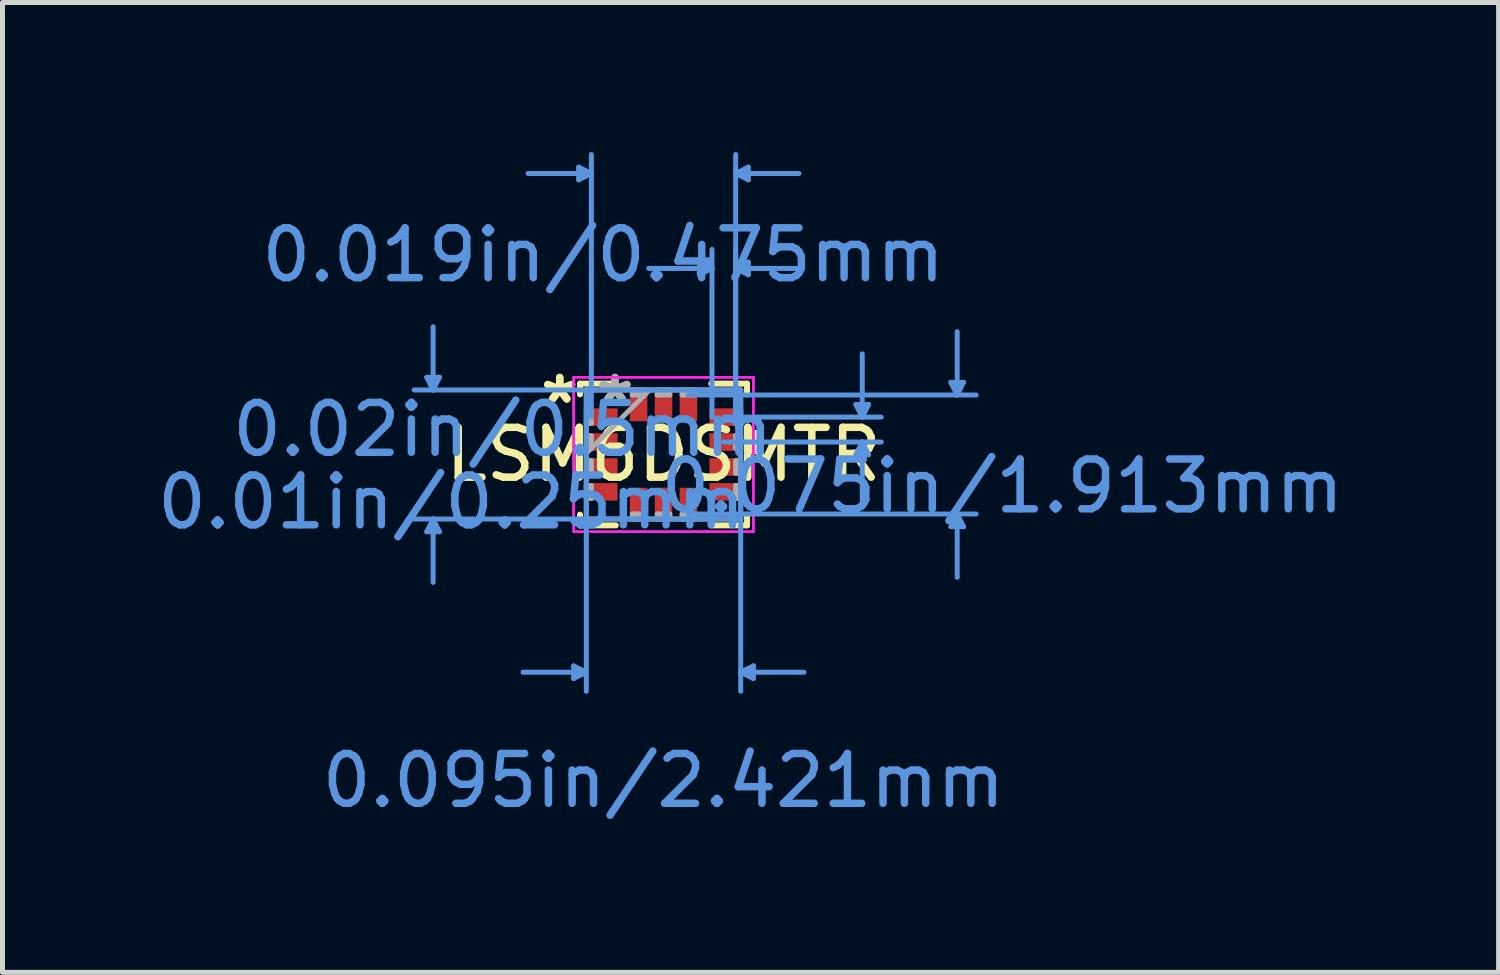
<source format=kicad_pcb>
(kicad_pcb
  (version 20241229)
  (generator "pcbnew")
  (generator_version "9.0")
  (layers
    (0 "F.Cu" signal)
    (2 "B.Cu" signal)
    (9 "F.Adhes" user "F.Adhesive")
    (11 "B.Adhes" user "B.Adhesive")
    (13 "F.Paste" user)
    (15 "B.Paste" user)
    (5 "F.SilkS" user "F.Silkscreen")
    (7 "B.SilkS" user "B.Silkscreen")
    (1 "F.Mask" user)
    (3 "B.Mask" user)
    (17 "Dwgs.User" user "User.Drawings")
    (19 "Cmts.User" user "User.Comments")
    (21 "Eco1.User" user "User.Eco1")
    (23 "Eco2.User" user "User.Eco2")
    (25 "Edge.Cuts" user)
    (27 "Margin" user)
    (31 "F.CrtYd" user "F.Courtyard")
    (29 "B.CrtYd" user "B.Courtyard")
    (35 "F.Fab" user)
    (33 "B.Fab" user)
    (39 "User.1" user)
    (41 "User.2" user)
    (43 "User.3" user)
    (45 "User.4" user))
  (footprint "LSM6DSMTR"
    (layer "F.Cu")
    (at 10.264 6.07)
    (property "Reference" "LSM6DSMTR" (at 0 0 0) (layer "F.SilkS") (effects (font (size 1 1) (thickness 0.15))))
    (attr through_hole)
    (fp_line (start -1.676 -1.422) (end -1.676 -1.207) (stroke (width 0.12) (type solid)) (layer "F.SilkS"))
    (fp_line (start -1.676 1.207) (end -1.676 1.422) (stroke (width 0.12) (type solid)) (layer "F.SilkS"))
    (fp_line (start -1.676 1.422) (end -0.957 1.422) (stroke (width 0.12) (type solid)) (layer "F.SilkS"))
    (fp_line (start -0.957 -1.422) (end -1.676 -1.422) (stroke (width 0.12) (type solid)) (layer "F.SilkS"))
    (fp_line (start 0.957 1.422) (end 1.676 1.422) (stroke (width 0.12) (type solid)) (layer "F.SilkS"))
    (fp_line (start 1.676 -1.422) (end 0.957 -1.422) (stroke (width 0.12) (type solid)) (layer "F.SilkS"))
    (fp_line (start 1.676 -1.207) (end 1.676 -1.422) (stroke (width 0.12) (type solid)) (layer "F.SilkS"))
    (fp_line (start 1.676 1.422) (end 1.676 1.207) (stroke (width 0.12) (type solid)) (layer "F.SilkS"))
    (fp_poly (pts (xy 1.956 -0.441) (xy 1.956 -0.059) (xy 1.702 -0.059) (xy 1.702 -0.441)) (stroke (width 0.1) (type solid)) (fill yes) (layer "F.SilkS"))
    (fp_line (start -4.75 -1.549) (end -4.496 -1.549) (stroke (width 0.1) (type solid)) (layer "Cmts.User"))
    (fp_line (start -4.75 1.549) (end -4.496 1.549) (stroke (width 0.1) (type solid)) (layer "Cmts.User"))
    (fp_line (start -4.623 -1.295) (end -4.75 -1.549) (stroke (width 0.1) (type solid)) (layer "Cmts.User"))
    (fp_line (start -4.623 -1.295) (end -4.623 -2.565) (stroke (width 0.1) (type solid)) (layer "Cmts.User"))
    (fp_line (start -4.623 -1.295) (end -4.496 -1.549) (stroke (width 0.1) (type solid)) (layer "Cmts.User"))
    (fp_line (start -4.623 1.295) (end -4.75 1.549) (stroke (width 0.1) (type solid)) (layer "Cmts.User"))
    (fp_line (start -4.623 1.295) (end -4.623 2.565) (stroke (width 0.1) (type solid)) (layer "Cmts.User"))
    (fp_line (start -4.623 1.295) (end -4.496 1.549) (stroke (width 0.1) (type solid)) (layer "Cmts.User"))
    (fp_line (start -1.803 4.242) (end -1.803 4.496) (stroke (width 0.1) (type solid)) (layer "Cmts.User"))
    (fp_line (start -1.702 -5.766) (end -1.702 -5.512) (stroke (width 0.1) (type solid)) (layer "Cmts.User"))
    (fp_line (start -1.549 -1.295) (end -1.549 4.75) (stroke (width 0.1) (type solid)) (layer "Cmts.User"))
    (fp_line (start -1.549 4.369) (end -2.819 4.369) (stroke (width 0.1) (type solid)) (layer "Cmts.User"))
    (fp_line (start -1.549 4.369) (end -1.803 4.242) (stroke (width 0.1) (type solid)) (layer "Cmts.User"))
    (fp_line (start -1.549 4.369) (end -1.803 4.496) (stroke (width 0.1) (type solid)) (layer "Cmts.User"))
    (fp_line (start -1.448 -5.639) (end -2.718 -5.639) (stroke (width 0.1) (type solid)) (layer "Cmts.User"))
    (fp_line (start -1.448 -5.639) (end -1.702 -5.766) (stroke (width 0.1) (type solid)) (layer "Cmts.User"))
    (fp_line (start -1.448 -5.639) (end -1.702 -5.512) (stroke (width 0.1) (type solid)) (layer "Cmts.User"))
    (fp_line (start -1.448 -0.75) (end -1.448 -6.02) (stroke (width 0.1) (type solid)) (layer "Cmts.User"))
    (fp_line (start 0.5 -1.194) (end 6.274 -1.194) (stroke (width 0.1) (type solid)) (layer "Cmts.User"))
    (fp_line (start 0.5 1.194) (end 6.274 1.194) (stroke (width 0.1) (type solid)) (layer "Cmts.User"))
    (fp_line (start 0.719 -3.861) (end 0.719 -3.607) (stroke (width 0.1) (type solid)) (layer "Cmts.User"))
    (fp_line (start 0.973 -3.734) (end -0.297 -3.734) (stroke (width 0.1) (type solid)) (layer "Cmts.User"))
    (fp_line (start 0.973 -3.734) (end 0.719 -3.861) (stroke (width 0.1) (type solid)) (layer "Cmts.User"))
    (fp_line (start 0.973 -3.734) (end 0.719 -3.607) (stroke (width 0.1) (type solid)) (layer "Cmts.User"))
    (fp_line (start 0.973 -0.75) (end 0.973 -4.115) (stroke (width 0.1) (type solid)) (layer "Cmts.User"))
    (fp_line (start 1.21 -0.75) (end 4.369 -0.75) (stroke (width 0.1) (type solid)) (layer "Cmts.User"))
    (fp_line (start 1.21 -0.25) (end 4.369 -0.25) (stroke (width 0.1) (type solid)) (layer "Cmts.User"))
    (fp_line (start 1.448 -5.639) (end 1.702 -5.766) (stroke (width 0.1) (type solid)) (layer "Cmts.User"))
    (fp_line (start 1.448 -5.639) (end 1.702 -5.512) (stroke (width 0.1) (type solid)) (layer "Cmts.User"))
    (fp_line (start 1.448 -5.639) (end 2.718 -5.639) (stroke (width 0.1) (type solid)) (layer "Cmts.User"))
    (fp_line (start 1.448 -3.734) (end 1.702 -3.861) (stroke (width 0.1) (type solid)) (layer "Cmts.User"))
    (fp_line (start 1.448 -3.734) (end 1.702 -3.607) (stroke (width 0.1) (type solid)) (layer "Cmts.User"))
    (fp_line (start 1.448 -3.734) (end 2.718 -3.734) (stroke (width 0.1) (type solid)) (layer "Cmts.User"))
    (fp_line (start 1.448 -0.75) (end 1.448 -6.02) (stroke (width 0.1) (type solid)) (layer "Cmts.User"))
    (fp_line (start 1.448 -0.75) (end 1.448 -4.115) (stroke (width 0.1) (type solid)) (layer "Cmts.User"))
    (fp_line (start 1.549 -1.295) (end -5.004 -1.295) (stroke (width 0.1) (type solid)) (layer "Cmts.User"))
    (fp_line (start 1.549 -1.295) (end 1.549 4.75) (stroke (width 0.1) (type solid)) (layer "Cmts.User"))
    (fp_line (start 1.549 1.295) (end -5.004 1.295) (stroke (width 0.1) (type solid)) (layer "Cmts.User"))
    (fp_line (start 1.549 4.369) (end 1.803 4.242) (stroke (width 0.1) (type solid)) (layer "Cmts.User"))
    (fp_line (start 1.549 4.369) (end 1.803 4.496) (stroke (width 0.1) (type solid)) (layer "Cmts.User"))
    (fp_line (start 1.549 4.369) (end 2.819 4.369) (stroke (width 0.1) (type solid)) (layer "Cmts.User"))
    (fp_line (start 1.702 -5.766) (end 1.702 -5.512) (stroke (width 0.1) (type solid)) (layer "Cmts.User"))
    (fp_line (start 1.702 -3.861) (end 1.702 -3.607) (stroke (width 0.1) (type solid)) (layer "Cmts.User"))
    (fp_line (start 1.803 4.242) (end 1.803 4.496) (stroke (width 0.1) (type solid)) (layer "Cmts.User"))
    (fp_line (start 3.861 -1.004) (end 4.115 -1.004) (stroke (width 0.1) (type solid)) (layer "Cmts.User"))
    (fp_line (start 3.861 0.004) (end 4.115 0.004) (stroke (width 0.1) (type solid)) (layer "Cmts.User"))
    (fp_line (start 3.988 -0.75) (end 3.861 -1.004) (stroke (width 0.1) (type solid)) (layer "Cmts.User"))
    (fp_line (start 3.988 -0.75) (end 3.988 -2.02) (stroke (width 0.1) (type solid)) (layer "Cmts.User"))
    (fp_line (start 3.988 -0.75) (end 4.115 -1.004) (stroke (width 0.1) (type solid)) (layer "Cmts.User"))
    (fp_line (start 3.988 -0.25) (end 3.861 0.004) (stroke (width 0.1) (type solid)) (layer "Cmts.User"))
    (fp_line (start 3.988 -0.25) (end 3.988 1.02) (stroke (width 0.1) (type solid)) (layer "Cmts.User"))
    (fp_line (start 3.988 -0.25) (end 4.115 0.004) (stroke (width 0.1) (type solid)) (layer "Cmts.User"))
    (fp_line (start 5.766 -1.448) (end 6.02 -1.448) (stroke (width 0.1) (type solid)) (layer "Cmts.User"))
    (fp_line (start 5.766 1.448) (end 6.02 1.448) (stroke (width 0.1) (type solid)) (layer "Cmts.User"))
    (fp_line (start 5.893 -1.194) (end 5.766 -1.448) (stroke (width 0.1) (type solid)) (layer "Cmts.User"))
    (fp_line (start 5.893 -1.194) (end 5.893 -2.464) (stroke (width 0.1) (type solid)) (layer "Cmts.User"))
    (fp_line (start 5.893 -1.194) (end 6.02 -1.448) (stroke (width 0.1) (type solid)) (layer "Cmts.User"))
    (fp_line (start 5.893 1.194) (end 5.766 1.448) (stroke (width 0.1) (type solid)) (layer "Cmts.User"))
    (fp_line (start 5.893 1.194) (end 5.893 2.464) (stroke (width 0.1) (type solid)) (layer "Cmts.User"))
    (fp_line (start 5.893 1.194) (end 6.02 1.448) (stroke (width 0.1) (type solid)) (layer "Cmts.User"))
    (fp_line (start -1.803 -1.549) (end -0.879 -1.549) (stroke (width 0.05) (type solid)) (layer "F.CrtYd"))
    (fp_line (start -1.803 -1.549) (end -0.879 -1.549) (stroke (width 0.05) (type solid)) (layer "F.CrtYd"))
    (fp_line (start -1.803 -1.129) (end -1.803 -1.549) (stroke (width 0.05) (type solid)) (layer "F.CrtYd"))
    (fp_line (start -1.803 -1.129) (end -1.803 -1.549) (stroke (width 0.05) (type solid)) (layer "F.CrtYd"))
    (fp_line (start -1.803 -1.129) (end -1.803 -1.129) (stroke (width 0.05) (type solid)) (layer "F.CrtYd"))
    (fp_line (start -1.803 -1.129) (end -1.803 -1.129) (stroke (width 0.05) (type solid)) (layer "F.CrtYd"))
    (fp_line (start -1.803 1.129) (end -1.803 -1.129) (stroke (width 0.05) (type solid)) (layer "F.CrtYd"))
    (fp_line (start -1.803 1.129) (end -1.803 -1.129) (stroke (width 0.05) (type solid)) (layer "F.CrtYd"))
    (fp_line (start -1.803 1.129) (end -1.803 1.129) (stroke (width 0.05) (type solid)) (layer "F.CrtYd"))
    (fp_line (start -1.803 1.129) (end -1.803 1.129) (stroke (width 0.05) (type solid)) (layer "F.CrtYd"))
    (fp_line (start -1.803 1.549) (end -1.803 1.129) (stroke (width 0.05) (type solid)) (layer "F.CrtYd"))
    (fp_line (start -1.803 1.549) (end -1.803 1.129) (stroke (width 0.05) (type solid)) (layer "F.CrtYd"))
    (fp_line (start -0.879 -1.549) (end -0.879 -1.549) (stroke (width 0.05) (type solid)) (layer "F.CrtYd"))
    (fp_line (start -0.879 -1.549) (end -0.879 -1.549) (stroke (width 0.05) (type solid)) (layer "F.CrtYd"))
    (fp_line (start -0.879 -1.549) (end 0.879 -1.549) (stroke (width 0.05) (type solid)) (layer "F.CrtYd"))
    (fp_line (start -0.879 -1.549) (end 0.879 -1.549) (stroke (width 0.05) (type solid)) (layer "F.CrtYd"))
    (fp_line (start -0.879 1.549) (end -1.803 1.549) (stroke (width 0.05) (type solid)) (layer "F.CrtYd"))
    (fp_line (start -0.879 1.549) (end -1.803 1.549) (stroke (width 0.05) (type solid)) (layer "F.CrtYd"))
    (fp_line (start -0.879 1.549) (end -0.879 1.549) (stroke (width 0.05) (type solid)) (layer "F.CrtYd"))
    (fp_line (start -0.879 1.549) (end -0.879 1.549) (stroke (width 0.05) (type solid)) (layer "F.CrtYd"))
    (fp_line (start 0.879 -1.549) (end 0.879 -1.549) (stroke (width 0.05) (type solid)) (layer "F.CrtYd"))
    (fp_line (start 0.879 -1.549) (end 0.879 -1.549) (stroke (width 0.05) (type solid)) (layer "F.CrtYd"))
    (fp_line (start 0.879 -1.549) (end 1.803 -1.549) (stroke (width 0.05) (type solid)) (layer "F.CrtYd"))
    (fp_line (start 0.879 -1.549) (end 1.803 -1.549) (stroke (width 0.05) (type solid)) (layer "F.CrtYd"))
    (fp_line (start 0.879 1.549) (end -0.879 1.549) (stroke (width 0.05) (type solid)) (layer "F.CrtYd"))
    (fp_line (start 0.879 1.549) (end -0.879 1.549) (stroke (width 0.05) (type solid)) (layer "F.CrtYd"))
    (fp_line (start 0.879 1.549) (end 0.879 1.549) (stroke (width 0.05) (type solid)) (layer "F.CrtYd"))
    (fp_line (start 0.879 1.549) (end 0.879 1.549) (stroke (width 0.05) (type solid)) (layer "F.CrtYd"))
    (fp_line (start 1.803 -1.549) (end 1.803 -1.129) (stroke (width 0.05) (type solid)) (layer "F.CrtYd"))
    (fp_line (start 1.803 -1.549) (end 1.803 -1.129) (stroke (width 0.05) (type solid)) (layer "F.CrtYd"))
    (fp_line (start 1.803 -1.129) (end 1.803 -1.129) (stroke (width 0.05) (type solid)) (layer "F.CrtYd"))
    (fp_line (start 1.803 -1.129) (end 1.803 -1.129) (stroke (width 0.05) (type solid)) (layer "F.CrtYd"))
    (fp_line (start 1.803 -1.129) (end 1.803 1.129) (stroke (width 0.05) (type solid)) (layer "F.CrtYd"))
    (fp_line (start 1.803 -1.129) (end 1.803 1.129) (stroke (width 0.05) (type solid)) (layer "F.CrtYd"))
    (fp_line (start 1.803 1.129) (end 1.803 1.129) (stroke (width 0.05) (type solid)) (layer "F.CrtYd"))
    (fp_line (start 1.803 1.129) (end 1.803 1.129) (stroke (width 0.05) (type solid)) (layer "F.CrtYd"))
    (fp_line (start 1.803 1.129) (end 1.803 1.549) (stroke (width 0.05) (type solid)) (layer "F.CrtYd"))
    (fp_line (start 1.803 1.129) (end 1.803 1.549) (stroke (width 0.05) (type solid)) (layer "F.CrtYd"))
    (fp_line (start 1.803 1.549) (end 0.879 1.549) (stroke (width 0.05) (type solid)) (layer "F.CrtYd"))
    (fp_line (start 1.803 1.549) (end 0.879 1.549) (stroke (width 0.05) (type solid)) (layer "F.CrtYd"))
    (fp_line (start -1.549 -1.295) (end -1.549 -1.295) (stroke (width 0.1) (type solid)) (layer "F.Fab"))
    (fp_line (start -1.549 -1.295) (end -1.549 1.295) (stroke (width 0.1) (type solid)) (layer "F.Fab"))
    (fp_line (start -1.549 -0.875) (end -1.448 -0.875) (stroke (width 0.1) (type solid)) (layer "F.Fab"))
    (fp_line (start -1.549 -0.625) (end -1.549 -0.875) (stroke (width 0.1) (type solid)) (layer "F.Fab"))
    (fp_line (start -1.549 -0.375) (end -1.448 -0.375) (stroke (width 0.1) (type solid)) (layer "F.Fab"))
    (fp_line (start -1.549 -0.125) (end -1.549 -0.375) (stroke (width 0.1) (type solid)) (layer "F.Fab"))
    (fp_line (start -1.549 -0.025) (end -0.279 -1.295) (stroke (width 0.1) (type solid)) (layer "F.Fab"))
    (fp_line (start -1.549 0.125) (end -1.448 0.125) (stroke (width 0.1) (type solid)) (layer "F.Fab"))
    (fp_line (start -1.549 0.375) (end -1.549 0.125) (stroke (width 0.1) (type solid)) (layer "F.Fab"))
    (fp_line (start -1.549 0.625) (end -1.448 0.625) (stroke (width 0.1) (type solid)) (layer "F.Fab"))
    (fp_line (start -1.549 0.875) (end -1.549 0.625) (stroke (width 0.1) (type solid)) (layer "F.Fab"))
    (fp_line (start -1.549 1.295) (end -1.549 1.295) (stroke (width 0.1) (type solid)) (layer "F.Fab"))
    (fp_line (start -1.549 1.295) (end 1.549 1.295) (stroke (width 0.1) (type solid)) (layer "F.Fab"))
    (fp_line (start -1.448 -0.875) (end -1.448 -0.625) (stroke (width 0.1) (type solid)) (layer "F.Fab"))
    (fp_line (start -1.448 -0.625) (end -1.549 -0.625) (stroke (width 0.1) (type solid)) (layer "F.Fab"))
    (fp_line (start -1.448 -0.375) (end -1.448 -0.125) (stroke (width 0.1) (type solid)) (layer "F.Fab"))
    (fp_line (start -1.448 -0.125) (end -1.549 -0.125) (stroke (width 0.1) (type solid)) (layer "F.Fab"))
    (fp_line (start -1.448 0.125) (end -1.448 0.375) (stroke (width 0.1) (type solid)) (layer "F.Fab"))
    (fp_line (start -1.448 0.375) (end -1.549 0.375) (stroke (width 0.1) (type solid)) (layer "F.Fab"))
    (fp_line (start -1.448 0.625) (end -1.448 0.875) (stroke (width 0.1) (type solid)) (layer "F.Fab"))
    (fp_line (start -1.448 0.875) (end -1.549 0.875) (stroke (width 0.1) (type solid)) (layer "F.Fab"))
    (fp_line (start -0.625 -1.295) (end -0.375 -1.295) (stroke (width 0.1) (type solid)) (layer "F.Fab"))
    (fp_line (start -0.625 -1.194) (end -0.625 -1.295) (stroke (width 0.1) (type solid)) (layer "F.Fab"))
    (fp_line (start -0.625 1.194) (end -0.375 1.194) (stroke (width 0.1) (type solid)) (layer "F.Fab"))
    (fp_line (start -0.625 1.295) (end -0.625 1.194) (stroke (width 0.1) (type solid)) (layer "F.Fab"))
    (fp_line (start -0.375 -1.295) (end -0.375 -1.194) (stroke (width 0.1) (type solid)) (layer "F.Fab"))
    (fp_line (start -0.375 -1.194) (end -0.625 -1.194) (stroke (width 0.1) (type solid)) (layer "F.Fab"))
    (fp_line (start -0.375 1.194) (end -0.375 1.295) (stroke (width 0.1) (type solid)) (layer "F.Fab"))
    (fp_line (start -0.375 1.295) (end -0.625 1.295) (stroke (width 0.1) (type solid)) (layer "F.Fab"))
    (fp_line (start -0.125 -1.295) (end 0.125 -1.295) (stroke (width 0.1) (type solid)) (layer "F.Fab"))
    (fp_line (start -0.125 -1.194) (end -0.125 -1.295) (stroke (width 0.1) (type solid)) (layer "F.Fab"))
    (fp_line (start -0.125 1.194) (end 0.125 1.194) (stroke (width 0.1) (type solid)) (layer "F.Fab"))
    (fp_line (start -0.125 1.295) (end -0.125 1.194) (stroke (width 0.1) (type solid)) (layer "F.Fab"))
    (fp_line (start 0.125 -1.295) (end 0.125 -1.194) (stroke (width 0.1) (type solid)) (layer "F.Fab"))
    (fp_line (start 0.125 -1.194) (end -0.125 -1.194) (stroke (width 0.1) (type solid)) (layer "F.Fab"))
    (fp_line (start 0.125 1.194) (end 0.125 1.295) (stroke (width 0.1) (type solid)) (layer "F.Fab"))
    (fp_line (start 0.125 1.295) (end -0.125 1.295) (stroke (width 0.1) (type solid)) (layer "F.Fab"))
    (fp_line (start 0.375 -1.295) (end 0.625 -1.295) (stroke (width 0.1) (type solid)) (layer "F.Fab"))
    (fp_line (start 0.375 -1.194) (end 0.375 -1.295) (stroke (width 0.1) (type solid)) (layer "F.Fab"))
    (fp_line (start 0.375 1.194) (end 0.625 1.194) (stroke (width 0.1) (type solid)) (layer "F.Fab"))
    (fp_line (start 0.375 1.295) (end 0.375 1.194) (stroke (width 0.1) (type solid)) (layer "F.Fab"))
    (fp_line (start 0.625 -1.295) (end 0.625 -1.194) (stroke (width 0.1) (type solid)) (layer "F.Fab"))
    (fp_line (start 0.625 -1.194) (end 0.375 -1.194) (stroke (width 0.1) (type solid)) (layer "F.Fab"))
    (fp_line (start 0.625 1.194) (end 0.625 1.295) (stroke (width 0.1) (type solid)) (layer "F.Fab"))
    (fp_line (start 0.625 1.295) (end 0.375 1.295) (stroke (width 0.1) (type solid)) (layer "F.Fab"))
    (fp_line (start 1.448 -0.875) (end 1.549 -0.875) (stroke (width 0.1) (type solid)) (layer "F.Fab"))
    (fp_line (start 1.448 -0.625) (end 1.448 -0.875) (stroke (width 0.1) (type solid)) (layer "F.Fab"))
    (fp_line (start 1.448 -0.375) (end 1.549 -0.375) (stroke (width 0.1) (type solid)) (layer "F.Fab"))
    (fp_line (start 1.448 -0.125) (end 1.448 -0.375) (stroke (width 0.1) (type solid)) (layer "F.Fab"))
    (fp_line (start 1.448 0.125) (end 1.549 0.125) (stroke (width 0.1) (type solid)) (layer "F.Fab"))
    (fp_line (start 1.448 0.375) (end 1.448 0.125) (stroke (width 0.1) (type solid)) (layer "F.Fab"))
    (fp_line (start 1.448 0.625) (end 1.549 0.625) (stroke (width 0.1) (type solid)) (layer "F.Fab"))
    (fp_line (start 1.448 0.875) (end 1.448 0.625) (stroke (width 0.1) (type solid)) (layer "F.Fab"))
    (fp_line (start 1.549 -1.295) (end -1.549 -1.295) (stroke (width 0.1) (type solid)) (layer "F.Fab"))
    (fp_line (start 1.549 -1.295) (end 1.549 -1.295) (stroke (width 0.1) (type solid)) (layer "F.Fab"))
    (fp_line (start 1.549 -0.875) (end 1.549 -0.625) (stroke (width 0.1) (type solid)) (layer "F.Fab"))
    (fp_line (start 1.549 -0.625) (end 1.448 -0.625) (stroke (width 0.1) (type solid)) (layer "F.Fab"))
    (fp_line (start 1.549 -0.375) (end 1.549 -0.125) (stroke (width 0.1) (type solid)) (layer "F.Fab"))
    (fp_line (start 1.549 -0.125) (end 1.448 -0.125) (stroke (width 0.1) (type solid)) (layer "F.Fab"))
    (fp_line (start 1.549 0.125) (end 1.549 0.375) (stroke (width 0.1) (type solid)) (layer "F.Fab"))
    (fp_line (start 1.549 0.375) (end 1.448 0.375) (stroke (width 0.1) (type solid)) (layer "F.Fab"))
    (fp_line (start 1.549 0.625) (end 1.549 0.875) (stroke (width 0.1) (type solid)) (layer "F.Fab"))
    (fp_line (start 1.549 0.875) (end 1.448 0.875) (stroke (width 0.1) (type solid)) (layer "F.Fab"))
    (fp_line (start 1.549 1.295) (end 1.549 -1.295) (stroke (width 0.1) (type solid)) (layer "F.Fab"))
    (fp_line (start 1.549 1.295) (end 1.549 1.295) (stroke (width 0.1) (type solid)) (layer "F.Fab"))
    (fp_text user "*" (at -2.083 -1 0) (layer "F.SilkS") (effects (font (size 1 1) (thickness 0.15))))
    (fp_text user "*" (at -2.083 -1 0) (layer "F.SilkS") (effects (font (size 1 1) (thickness 0.15))))
    (fp_text user "0.02in/0.5mm" (at -3.226 -0.5 0) (layer "Cmts.User") (effects (font (size 1 1) (thickness 0.15))))
    (fp_text user "0.01in/0.25mm" (at -4.258 0.956 0) (layer "Cmts.User") (effects (font (size 1 1) (thickness 0.15))))
    (fp_text user "0.075in/1.913mm" (at 6.798 0.635 0) (layer "Cmts.User") (effects (font (size 1 1) (thickness 0.15))))
    (fp_text user "Copyright 2021 Accelerated Designs. All rights reserved." (at 0 0 0) (layer "Cmts.User") (effects (font (size 0.127 0.127) (thickness 0.002))))
    (fp_text user "0.019in/0.475mm" (at -1.21 -4.004 0) (layer "Cmts.User") (effects (font (size 1 1) (thickness 0.15))))
    (fp_text user "0.095in/2.421mm" (at 0 6.544 0) (layer "Cmts.User") (effects (font (size 1 1) (thickness 0.15))))
    (fp_text user "*" (at -0.973 -1 0) (layer "F.Fab") (effects (font (size 1 1) (thickness 0.15))))
    (fp_text user "*" (at -0.973 -1 0) (layer "F.Fab") (effects (font (size 1 1) (thickness 0.15))))
    (pad "1" smd rect (at -1.21 -0.75 90) (size 0.352 0.577) (layers "F.Cu" "F.Mask" "F.Paste"))
    (pad "2" smd rect (at -1.21 -0.25 90) (size 0.352 0.577) (layers "F.Cu" "F.Mask" "F.Paste"))
    (pad "3" smd rect (at -1.21 0.25 90) (size 0.352 0.577) (layers "F.Cu" "F.Mask" "F.Paste"))
    (pad "4" smd rect (at -1.21 0.75 90) (size 0.352 0.577) (layers "F.Cu" "F.Mask" "F.Paste"))
    (pad "5" smd rect (at -0.5 0.956) (size 0.352 0.577) (layers "F.Cu" "F.Mask" "F.Paste"))
    (pad "6" smd rect (at 0 0.956) (size 0.352 0.577) (layers "F.Cu" "F.Mask" "F.Paste"))
    (pad "7" smd rect (at 0.5 0.956) (size 0.352 0.577) (layers "F.Cu" "F.Mask" "F.Paste"))
    (pad "8" smd rect (at 1.21 0.75 90) (size 0.352 0.577) (layers "F.Cu" "F.Mask" "F.Paste"))
    (pad "9" smd rect (at 1.21 0.25 90) (size 0.352 0.577) (layers "F.Cu" "F.Mask" "F.Paste"))
    (pad "10" smd rect (at 1.21 -0.25 90) (size 0.352 0.577) (layers "F.Cu" "F.Mask" "F.Paste"))
    (pad "11" smd rect (at 1.21 -0.75 90) (size 0.352 0.577) (layers "F.Cu" "F.Mask" "F.Paste"))
    (pad "12" smd rect (at 0.5 -0.956) (size 0.352 0.577) (layers "F.Cu" "F.Mask" "F.Paste"))
    (pad "13" smd rect (at 0 -0.956) (size 0.352 0.577) (layers "F.Cu" "F.Mask" "F.Paste"))
    (pad "14" smd rect (at -0.5 -0.956) (size 0.352 0.577) (layers "F.Cu" "F.Mask" "F.Paste")))
  (gr_rect
    (start -3 -3)
    (end 27.021 16.462)
    (stroke (width 0.1) (type default))
    (fill no)
    (layer "Edge.Cuts")))
</source>
